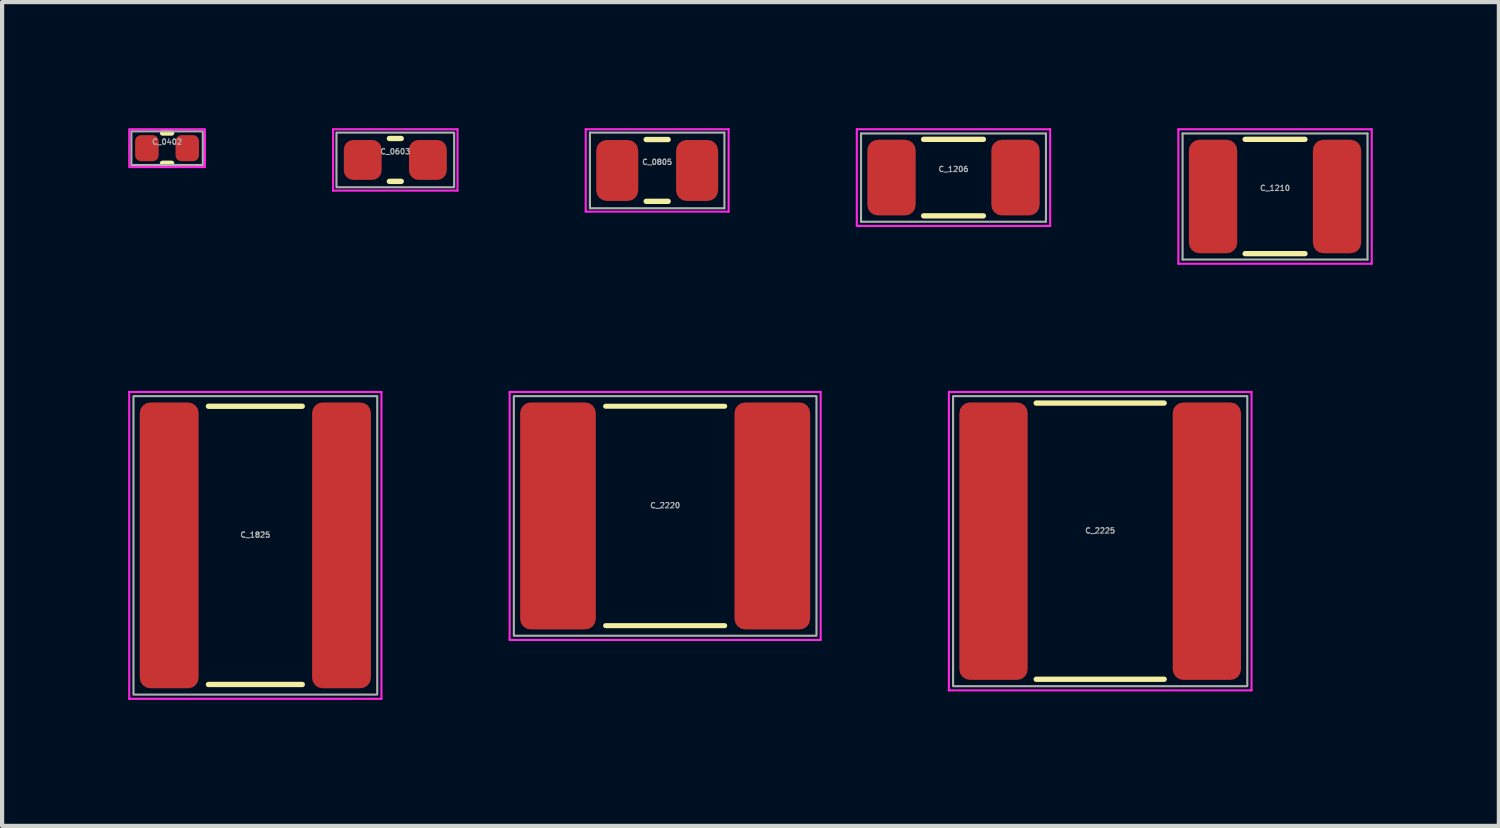
<source format=kicad_pcb>
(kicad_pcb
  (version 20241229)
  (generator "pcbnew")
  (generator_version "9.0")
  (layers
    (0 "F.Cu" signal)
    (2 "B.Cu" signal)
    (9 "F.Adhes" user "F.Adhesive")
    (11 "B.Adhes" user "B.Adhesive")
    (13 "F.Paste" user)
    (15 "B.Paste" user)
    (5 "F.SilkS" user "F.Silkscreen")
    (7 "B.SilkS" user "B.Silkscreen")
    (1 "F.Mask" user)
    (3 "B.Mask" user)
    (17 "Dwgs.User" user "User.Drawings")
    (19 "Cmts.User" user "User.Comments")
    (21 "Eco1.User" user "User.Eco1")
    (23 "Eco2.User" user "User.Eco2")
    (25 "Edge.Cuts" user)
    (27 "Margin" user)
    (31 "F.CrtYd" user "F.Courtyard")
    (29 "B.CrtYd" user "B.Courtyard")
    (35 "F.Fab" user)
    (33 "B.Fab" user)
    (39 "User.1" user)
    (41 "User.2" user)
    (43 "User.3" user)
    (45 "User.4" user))
  (footprint "C_1210"
    (layer "F.Cu")
    (at 27.285 1.625)
    (property "Reference" "C_1210" (at 0 -0.2 0) (layer "F.Fab") (effects (font (size 0.127 0.127) (thickness 0.025))))
    (attr smd)
    (fp_line (start -0.711 -1.36) (end 0.711 -1.36) (stroke (width 0.127) (type solid)) (layer "F.SilkS"))
    (fp_line (start -0.711 1.36) (end 0.711 1.36) (stroke (width 0.127) (type solid)) (layer "F.SilkS"))
    (fp_line (start -2.3 -1.6) (end 2.3 -1.6) (stroke (width 0.05) (type solid)) (layer "F.CrtYd"))
    (fp_line (start -2.3 1.6) (end -2.3 -1.6) (stroke (width 0.05) (type solid)) (layer "F.CrtYd"))
    (fp_line (start 2.3 -1.6) (end 2.3 1.6) (stroke (width 0.05) (type solid)) (layer "F.CrtYd"))
    (fp_line (start 2.3 1.6) (end -2.3 1.6) (stroke (width 0.05) (type solid)) (layer "F.CrtYd"))
    (fp_line (start -2.2 -1.5) (end -2.2 1.5) (stroke (width 0.051) (type solid)) (layer "F.Fab"))
    (fp_line (start -2.2 -1.5) (end 2.2 -1.5) (stroke (width 0.051) (type solid)) (layer "F.Fab"))
    (fp_line (start 2.2 1.5) (end -2.2 1.5) (stroke (width 0.051) (type solid)) (layer "F.Fab"))
    (fp_line (start 2.2 1.5) (end 2.2 -1.5) (stroke (width 0.051) (type solid)) (layer "F.Fab"))
    (pad "1" smd roundrect (at -1.475 0) (size 1.15 2.7) (layers "F.Cu" "F.Mask" "F.Paste") (roundrect_rratio 0.217))
    (pad "2" smd roundrect (at 1.475 0) (size 1.15 2.7) (layers "F.Cu" "F.Mask" "F.Paste") (roundrect_rratio 0.217)))
  (footprint "C_1825"
    (layer "F.Cu")
    (at 3.025 9.925)
    (property "Reference" "C_1825" (at 0 -0.25 0) (layer "F.Fab") (effects (font (size 0.127 0.127) (thickness 0.025))))
    (attr smd)
    (fp_line (start -1.116 -3.31) (end 1.116 -3.31) (stroke (width 0.127) (type solid)) (layer "F.SilkS"))
    (fp_line (start -1.116 3.31) (end 1.116 3.31) (stroke (width 0.127) (type solid)) (layer "F.SilkS"))
    (fp_line (start -3 -3.65) (end 3 -3.65) (stroke (width 0.05) (type solid)) (layer "F.CrtYd"))
    (fp_line (start -3 3.65) (end -3 -3.65) (stroke (width 0.05) (type solid)) (layer "F.CrtYd"))
    (fp_line (start 3 -3.65) (end 3 3.65) (stroke (width 0.05) (type solid)) (layer "F.CrtYd"))
    (fp_line (start 3 3.65) (end -3 3.65) (stroke (width 0.05) (type solid)) (layer "F.CrtYd"))
    (fp_rect (start 2.9 3.55) (end -2.9 -3.55) (stroke (width 0.051) (type solid)) (fill no) (layer "F.Fab"))
    (pad "1" smd roundrect (at -2.05 0) (size 1.4 6.8) (layers "F.Cu" "F.Mask" "F.Paste") (roundrect_rratio 0.179))
    (pad "2" smd roundrect (at 2.05 0) (size 1.4 6.8) (layers "F.Cu" "F.Mask" "F.Paste") (roundrect_rratio 0.179)))
  (footprint "C_2220"
    (layer "F.Cu")
    (at 12.775 9.225)
    (property "Reference" "C_2220" (at 0 -0.25 0) (layer "F.Fab") (effects (font (size 0.127 0.127) (thickness 0.025))))
    (attr smd)
    (fp_line (start -1.416 -2.61) (end 1.416 -2.61) (stroke (width 0.12) (type solid)) (layer "F.SilkS"))
    (fp_line (start -1.416 2.61) (end 1.416 2.61) (stroke (width 0.12) (type solid)) (layer "F.SilkS"))
    (fp_line (start -3.7 -2.95) (end 3.7 -2.95) (stroke (width 0.05) (type solid)) (layer "F.CrtYd"))
    (fp_line (start -3.7 2.95) (end -3.7 -2.95) (stroke (width 0.05) (type solid)) (layer "F.CrtYd"))
    (fp_line (start 3.7 -2.95) (end 3.7 2.95) (stroke (width 0.05) (type solid)) (layer "F.CrtYd"))
    (fp_line (start 3.7 2.95) (end -3.7 2.95) (stroke (width 0.05) (type solid)) (layer "F.CrtYd"))
    (fp_rect (start -3.6 -2.85) (end 3.6 2.85) (stroke (width 0.051) (type solid)) (fill no) (layer "F.Fab"))
    (pad "1" smd roundrect (at -2.55 0) (size 1.8 5.4) (layers "F.Cu" "F.Mask" "F.Paste") (roundrect_rratio 0.139))
    (pad "2" smd roundrect (at 2.55 0) (size 1.8 5.4) (layers "F.Cu" "F.Mask" "F.Paste") (roundrect_rratio 0.139)))
  (footprint "C_2225"
    (layer "F.Cu")
    (at 23.125 9.825)
    (property "Reference" "C_2225" (at 0 -0.25 0) (layer "F.Fab") (effects (font (size 0.127 0.127) (thickness 0.025))))
    (attr smd)
    (fp_line (start -1.522 -3.285) (end 1.522 -3.285) (stroke (width 0.127) (type solid)) (layer "F.SilkS"))
    (fp_line (start -1.522 3.285) (end 1.522 3.285) (stroke (width 0.127) (type solid)) (layer "F.SilkS"))
    (fp_line (start -3.6 -3.55) (end 3.6 -3.55) (stroke (width 0.05) (type solid)) (layer "F.CrtYd"))
    (fp_line (start -3.6 3.55) (end -3.6 -3.55) (stroke (width 0.05) (type solid)) (layer "F.CrtYd"))
    (fp_line (start 3.6 -3.55) (end 3.6 3.55) (stroke (width 0.05) (type solid)) (layer "F.CrtYd"))
    (fp_line (start 3.6 3.55) (end -3.6 3.55) (stroke (width 0.05) (type solid)) (layer "F.CrtYd"))
    (fp_rect (start -3.5 -3.45) (end 3.5 3.45) (stroke (width 0.051) (type solid)) (fill no) (layer "F.Fab"))
    (pad "1" smd roundrect (at -2.538 0) (size 1.625 6.6) (layers "F.Cu" "F.Mask" "F.Paste") (roundrect_rratio 0.154))
    (pad "2" smd roundrect (at 2.538 0) (size 1.625 6.6) (layers "F.Cu" "F.Mask" "F.Paste") (roundrect_rratio 0.154)))
  (footprint "C_0603"
    (layer "F.Cu")
    (at 6.355 0.755)
    (property "Reference" "C_0603" (at 0 -0.2 0) (layer "F.Fab") (effects (font (size 0.127 0.127) (thickness 0.025))))
    (attr smd)
    (fp_line (start -0.141 -0.51) (end 0.141 -0.51) (stroke (width 0.127) (type solid)) (layer "F.SilkS"))
    (fp_line (start -0.141 0.51) (end 0.141 0.51) (stroke (width 0.127) (type solid)) (layer "F.SilkS"))
    (fp_line (start -1.48 -0.73) (end 1.48 -0.73) (stroke (width 0.05) (type solid)) (layer "F.CrtYd"))
    (fp_line (start -1.48 0.73) (end -1.48 -0.73) (stroke (width 0.05) (type solid)) (layer "F.CrtYd"))
    (fp_line (start 1.48 -0.73) (end 1.48 0.73) (stroke (width 0.05) (type solid)) (layer "F.CrtYd"))
    (fp_line (start 1.48 0.73) (end -1.48 0.73) (stroke (width 0.05) (type solid)) (layer "F.CrtYd"))
    (fp_rect (start -1.4 -0.65) (end 1.4 0.65) (stroke (width 0.051) (type solid)) (fill no) (layer "F.Fab"))
    (pad "1" smd roundrect (at -0.775 0) (size 0.9 0.95) (layers "F.Cu" "F.Mask" "F.Paste") (roundrect_rratio 0.25))
    (pad "2" smd roundrect (at 0.775 0) (size 0.9 0.95) (layers "F.Cu" "F.Mask" "F.Paste") (roundrect_rratio 0.25)))
  (footprint "C_0805"
    (layer "F.Cu")
    (at 12.585 1.005)
    (property "Reference" "C_0805" (at 0 -0.2 0) (layer "F.Fab") (effects (font (size 0.127 0.127) (thickness 0.025))))
    (attr smd)
    (fp_line (start -0.261 -0.735) (end 0.261 -0.735) (stroke (width 0.127) (type solid)) (layer "F.SilkS"))
    (fp_line (start -0.261 0.735) (end 0.261 0.735) (stroke (width 0.127) (type solid)) (layer "F.SilkS"))
    (fp_line (start -1.7 -0.98) (end 1.7 -0.98) (stroke (width 0.05) (type solid)) (layer "F.CrtYd"))
    (fp_line (start -1.7 0.98) (end -1.7 -0.98) (stroke (width 0.05) (type solid)) (layer "F.CrtYd"))
    (fp_line (start 1.7 -0.98) (end 1.7 0.98) (stroke (width 0.05) (type solid)) (layer "F.CrtYd"))
    (fp_line (start 1.7 0.98) (end -1.7 0.98) (stroke (width 0.05) (type solid)) (layer "F.CrtYd"))
    (fp_line (start -1.6 -0.9) (end -1.6 0.9) (stroke (width 0.051) (type solid)) (layer "F.Fab"))
    (fp_line (start -1.6 -0.9) (end 1.6 -0.9) (stroke (width 0.051) (type solid)) (layer "F.Fab"))
    (fp_line (start 1.6 0.9) (end -1.6 0.9) (stroke (width 0.051) (type solid)) (layer "F.Fab"))
    (fp_line (start 1.6 0.9) (end 1.6 -0.9) (stroke (width 0.051) (type solid)) (layer "F.Fab"))
    (pad "1" smd roundrect (at -0.95 0) (size 1 1.45) (layers "F.Cu" "F.Mask" "F.Paste") (roundrect_rratio 0.25))
    (pad "2" smd roundrect (at 0.95 0) (size 1 1.45) (layers "F.Cu" "F.Mask" "F.Paste") (roundrect_rratio 0.25)))
  (footprint "C_1206"
    (layer "F.Cu")
    (at 19.635 1.175)
    (property "Reference" "C_1206" (at 0 -0.2 0) (layer "F.Fab") (effects (font (size 0.127 0.127) (thickness 0.025))))
    (attr smd)
    (fp_line (start -0.711 -0.91) (end 0.711 -0.91) (stroke (width 0.127) (type solid)) (layer "F.SilkS"))
    (fp_line (start -0.711 0.91) (end 0.711 0.91) (stroke (width 0.127) (type solid)) (layer "F.SilkS"))
    (fp_line (start -2.3 -1.15) (end 2.3 -1.15) (stroke (width 0.05) (type solid)) (layer "F.CrtYd"))
    (fp_line (start -2.3 1.15) (end -2.3 -1.15) (stroke (width 0.05) (type solid)) (layer "F.CrtYd"))
    (fp_line (start 2.3 -1.15) (end 2.3 1.15) (stroke (width 0.05) (type solid)) (layer "F.CrtYd"))
    (fp_line (start 2.3 1.15) (end -2.3 1.15) (stroke (width 0.05) (type solid)) (layer "F.CrtYd"))
    (fp_line (start -2.2 -1.05) (end -2.2 1.05) (stroke (width 0.051) (type solid)) (layer "F.Fab"))
    (fp_line (start -2.2 -1.05) (end 2.2 -1.05) (stroke (width 0.051) (type solid)) (layer "F.Fab"))
    (fp_line (start 2.2 -1.05) (end 2.2 1.05) (stroke (width 0.051) (type solid)) (layer "F.Fab"))
    (fp_line (start 2.2 1.05) (end -2.2 1.05) (stroke (width 0.051) (type solid)) (layer "F.Fab"))
    (pad "1" smd roundrect (at -1.475 0) (size 1.15 1.8) (layers "F.Cu" "F.Mask" "F.Paste") (roundrect_rratio 0.217))
    (pad "2" smd roundrect (at 1.475 0) (size 1.15 1.8) (layers "F.Cu" "F.Mask" "F.Paste") (roundrect_rratio 0.217)))
  (footprint "C_0402"
    (layer "F.Cu")
    (at 0.925 0.475)
    (property "Reference" "C_0402" (at 0 -0.15 180) (layer "F.Fab") (effects (font (size 0.127 0.127) (thickness 0.025))))
    (attr smd)
    (fp_line (start -0.108 -0.36) (end 0.108 -0.36) (stroke (width 0.127) (type solid)) (layer "F.SilkS"))
    (fp_line (start -0.108 0.36) (end 0.108 0.36) (stroke (width 0.127) (type solid)) (layer "F.SilkS"))
    (fp_rect (start -0.9 -0.45) (end 0.9 0.45) (stroke (width 0.05) (type solid)) (fill no) (layer "F.CrtYd"))
    (fp_rect (start -0.85 -0.4) (end 0.85 0.4) (stroke (width 0.051) (type solid)) (fill no) (layer "F.Fab"))
    (pad "1" smd roundrect (at -0.48 0) (size 0.56 0.62) (layers "F.Cu" "F.Mask" "F.Paste") (roundrect_rratio 0.25))
    (pad "2" smd roundrect (at 0.48 0) (size 0.56 0.62) (layers "F.Cu" "F.Mask" "F.Paste") (roundrect_rratio 0.25)))
  (gr_rect
    (start -3 -3)
    (end 32.61 16.6)
    (stroke (width 0.1) (type default))
    (fill no)
    (layer "Edge.Cuts")))
</source>
